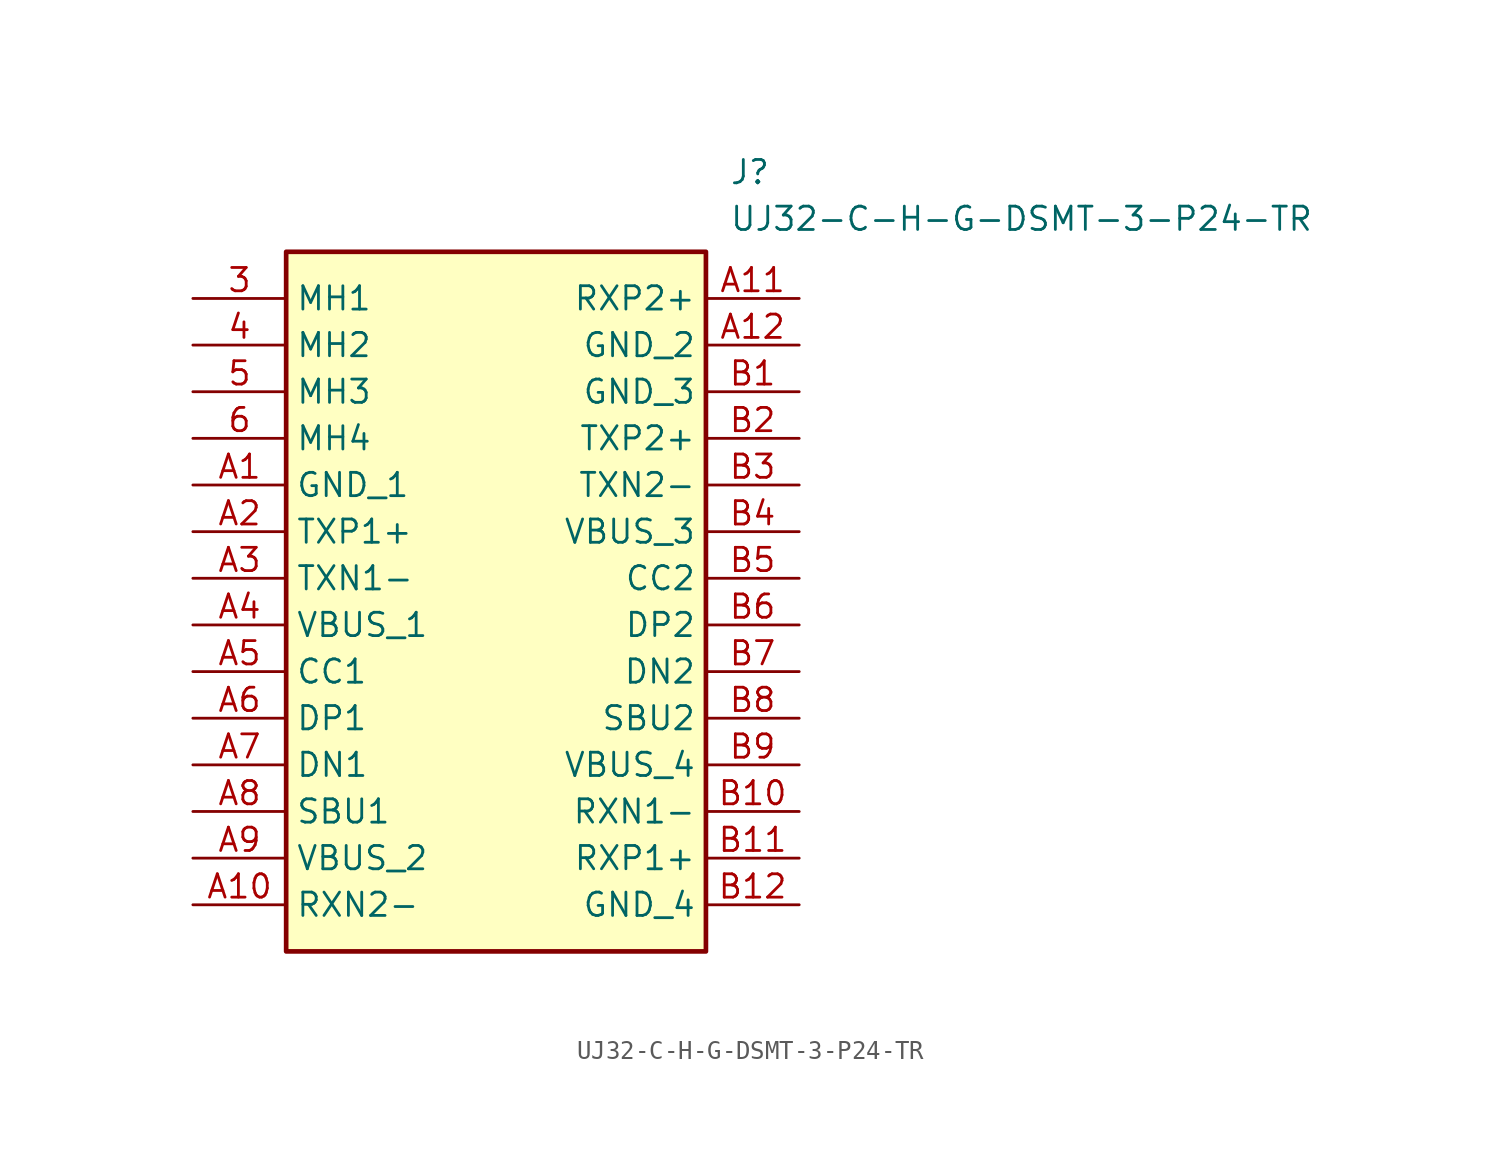
<source format=kicad_sym>
(kicad_symbol_lib
  (version 20211014)
  (generator SamacSys_ECAD_Model)
  (symbol "UJ32-C-H-G-DSMT-3-P24-TR"
    (property "Reference" "J"
      (at 29.21 7.62 0)
      (effects (font (size 1.27 1.27)) (justify left top)))
    (property "Value" "UJ32-C-H-G-DSMT-3-P24-TR"
      (at 29.21 5.08 0)
      (effects (font (size 1.27 1.27)) (justify left top)))
    (rectangle
      (start 5.08 2.54)
      (end 27.94 -35.56)
      (stroke (width 0.254) (type default))
      (fill (type background)))
    (pin passive line
      (at 0 0 0)
      (length 5.08)
      (name "MH1" (effects (font (size 1.27 1.27))))
      (number "3" (effects (font (size 1.27 1.27)))))
    (pin passive line
      (at 0 -2.54 0)
      (length 5.08)
      (name "MH2" (effects (font (size 1.27 1.27))))
      (number "4" (effects (font (size 1.27 1.27)))))
    (pin passive line
      (at 0 -5.08 0)
      (length 5.08)
      (name "MH3" (effects (font (size 1.27 1.27))))
      (number "5" (effects (font (size 1.27 1.27)))))
    (pin passive line
      (at 0 -7.62 0)
      (length 5.08)
      (name "MH4" (effects (font (size 1.27 1.27))))
      (number "6" (effects (font (size 1.27 1.27)))))
    (pin passive line
      (at 0 -10.16 0)
      (length 5.08)
      (name "GND_1" (effects (font (size 1.27 1.27))))
      (number "A1" (effects (font (size 1.27 1.27)))))
    (pin passive line
      (at 0 -12.7 0)
      (length 5.08)
      (name "TXP1+" (effects (font (size 1.27 1.27))))
      (number "A2" (effects (font (size 1.27 1.27)))))
    (pin passive line
      (at 0 -15.24 0)
      (length 5.08)
      (name "TXN1-" (effects (font (size 1.27 1.27))))
      (number "A3" (effects (font (size 1.27 1.27)))))
    (pin passive line
      (at 0 -17.78 0)
      (length 5.08)
      (name "VBUS_1" (effects (font (size 1.27 1.27))))
      (number "A4" (effects (font (size 1.27 1.27)))))
    (pin passive line
      (at 0 -20.32 0)
      (length 5.08)
      (name "CC1" (effects (font (size 1.27 1.27))))
      (number "A5" (effects (font (size 1.27 1.27)))))
    (pin passive line
      (at 0 -22.86 0)
      (length 5.08)
      (name "DP1" (effects (font (size 1.27 1.27))))
      (number "A6" (effects (font (size 1.27 1.27)))))
    (pin passive line
      (at 0 -25.4 0)
      (length 5.08)
      (name "DN1" (effects (font (size 1.27 1.27))))
      (number "A7" (effects (font (size 1.27 1.27)))))
    (pin passive line
      (at 0 -27.94 0)
      (length 5.08)
      (name "SBU1" (effects (font (size 1.27 1.27))))
      (number "A8" (effects (font (size 1.27 1.27)))))
    (pin passive line
      (at 0 -30.48 0)
      (length 5.08)
      (name "VBUS_2" (effects (font (size 1.27 1.27))))
      (number "A9" (effects (font (size 1.27 1.27)))))
    (pin passive line
      (at 0 -33.02 0)
      (length 5.08)
      (name "RXN2-" (effects (font (size 1.27 1.27))))
      (number "A10" (effects (font (size 1.27 1.27)))))
    (pin passive line
      (at 33.02 0 180)
      (length 5.08)
      (name "RXP2+" (effects (font (size 1.27 1.27))))
      (number "A11" (effects (font (size 1.27 1.27)))))
    (pin passive line
      (at 33.02 -2.54 180)
      (length 5.08)
      (name "GND_2" (effects (font (size 1.27 1.27))))
      (number "A12" (effects (font (size 1.27 1.27)))))
    (pin passive line
      (at 33.02 -5.08 180)
      (length 5.08)
      (name "GND_3" (effects (font (size 1.27 1.27))))
      (number "B1" (effects (font (size 1.27 1.27)))))
    (pin passive line
      (at 33.02 -7.62 180)
      (length 5.08)
      (name "TXP2+" (effects (font (size 1.27 1.27))))
      (number "B2" (effects (font (size 1.27 1.27)))))
    (pin passive line
      (at 33.02 -10.16 180)
      (length 5.08)
      (name "TXN2-" (effects (font (size 1.27 1.27))))
      (number "B3" (effects (font (size 1.27 1.27)))))
    (pin passive line
      (at 33.02 -12.7 180)
      (length 5.08)
      (name "VBUS_3" (effects (font (size 1.27 1.27))))
      (number "B4" (effects (font (size 1.27 1.27)))))
    (pin passive line
      (at 33.02 -15.24 180)
      (length 5.08)
      (name "CC2" (effects (font (size 1.27 1.27))))
      (number "B5" (effects (font (size 1.27 1.27)))))
    (pin passive line
      (at 33.02 -17.78 180)
      (length 5.08)
      (name "DP2" (effects (font (size 1.27 1.27))))
      (number "B6" (effects (font (size 1.27 1.27)))))
    (pin passive line
      (at 33.02 -20.32 180)
      (length 5.08)
      (name "DN2" (effects (font (size 1.27 1.27))))
      (number "B7" (effects (font (size 1.27 1.27)))))
    (pin passive line
      (at 33.02 -22.86 180)
      (length 5.08)
      (name "SBU2" (effects (font (size 1.27 1.27))))
      (number "B8" (effects (font (size 1.27 1.27)))))
    (pin passive line
      (at 33.02 -25.4 180)
      (length 5.08)
      (name "VBUS_4" (effects (font (size 1.27 1.27))))
      (number "B9" (effects (font (size 1.27 1.27)))))
    (pin passive line
      (at 33.02 -27.94 180)
      (length 5.08)
      (name "RXN1-" (effects (font (size 1.27 1.27))))
      (number "B10" (effects (font (size 1.27 1.27)))))
    (pin passive line
      (at 33.02 -30.48 180)
      (length 5.08)
      (name "RXP1+" (effects (font (size 1.27 1.27))))
      (number "B11" (effects (font (size 1.27 1.27)))))
    (pin passive line
      (at 33.02 -33.02 180)
      (length 5.08)
      (name "GND_4" (effects (font (size 1.27 1.27))))
      (number "B12" (effects (font (size 1.27 1.27)))))))
</source>
